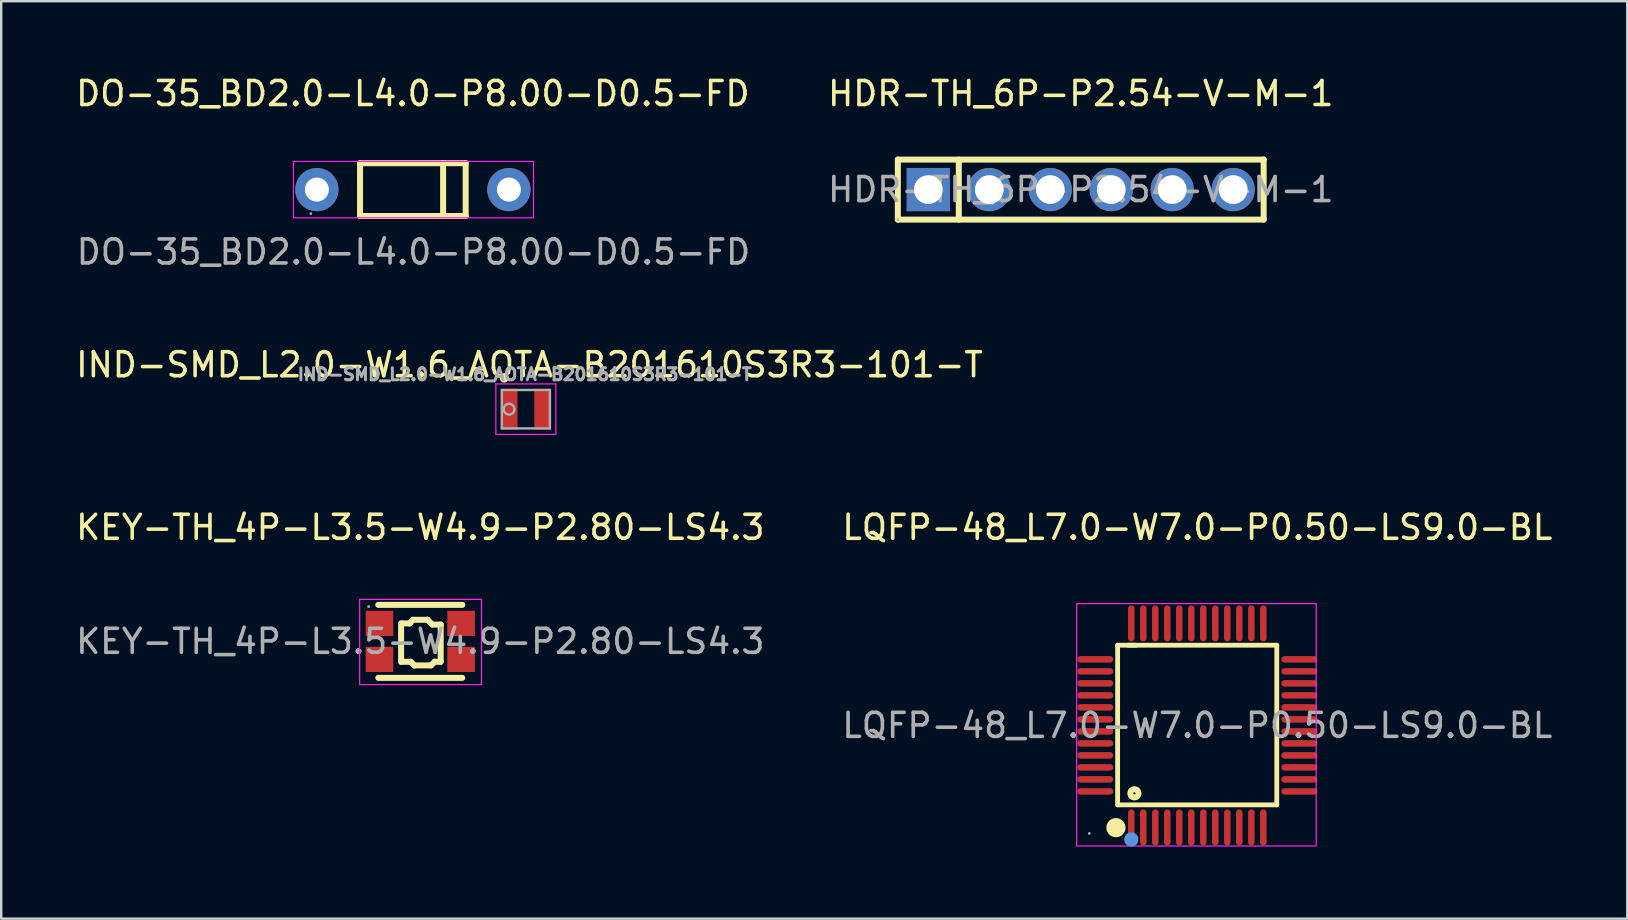
<source format=kicad_pcb>
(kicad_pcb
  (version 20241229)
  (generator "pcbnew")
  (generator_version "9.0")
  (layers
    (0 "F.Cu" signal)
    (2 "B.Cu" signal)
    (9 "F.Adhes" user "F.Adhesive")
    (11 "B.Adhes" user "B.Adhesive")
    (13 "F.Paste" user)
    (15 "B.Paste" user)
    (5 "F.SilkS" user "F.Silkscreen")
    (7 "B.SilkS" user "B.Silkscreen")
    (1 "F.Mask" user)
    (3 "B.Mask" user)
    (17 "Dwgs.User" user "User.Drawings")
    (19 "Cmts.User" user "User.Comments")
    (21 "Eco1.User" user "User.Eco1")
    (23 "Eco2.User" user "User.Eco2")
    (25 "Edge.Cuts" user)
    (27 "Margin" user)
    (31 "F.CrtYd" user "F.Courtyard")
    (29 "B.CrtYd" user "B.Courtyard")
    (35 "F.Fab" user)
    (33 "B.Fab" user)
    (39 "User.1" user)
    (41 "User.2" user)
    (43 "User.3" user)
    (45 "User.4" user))
  (footprint "HDR-TH_6P-P2.54-V-M-1"
    (layer "F.Cu")
    (at 41.971 4.848)
    (property "Reference" "HDR-TH_6P-P2.54-V-M-1" (at 0 -4 0) (layer "F.SilkS") (effects (font (size 1 1) (thickness 0.15))))
    (attr through_hole)
    (fp_line (start -7.62 -1.25) (end -7.62 1.25) (stroke (width 0.25) (type solid)) (layer "F.SilkS"))
    (fp_line (start -7.62 1.25) (end 7.62 1.25) (stroke (width 0.25) (type solid)) (layer "F.SilkS"))
    (fp_line (start -5.08 -1.25) (end -5.08 1.25) (stroke (width 0.25) (type solid)) (layer "F.SilkS"))
    (fp_line (start 7.62 -1.25) (end -7.62 -1.25) (stroke (width 0.25) (type solid)) (layer "F.SilkS"))
    (fp_line (start 7.62 -1.25) (end 7.62 1.25) (stroke (width 0.25) (type solid)) (layer "F.SilkS"))
    (fp_circle (center -7.62 1.25) (end -7.59 1.25) (stroke (width 0.06) (type solid)) (fill no) (layer "F.Fab"))
    (fp_text user "${REFERENCE}" (at 0 0 0) (layer "F.Fab") (effects (font (size 1 1) (thickness 0.15))))
    (pad "1" thru_hole rect (at -6.35 0) (size 1.8 1.8) (drill 1.2) (layers "*.Cu" "*.Mask"))
    (pad "2" thru_hole circle (at -3.81 0) (size 1.8 1.8) (drill 1.2) (layers "*.Cu" "*.Mask"))
    (pad "3" thru_hole circle (at -1.27 0) (size 1.8 1.8) (drill 1.2) (layers "*.Cu" "*.Mask"))
    (pad "4" thru_hole circle (at 1.27 0) (size 1.8 1.8) (drill 1.2) (layers "*.Cu" "*.Mask"))
    (pad "5" thru_hole circle (at 3.81 0) (size 1.8 1.8) (drill 1.2) (layers "*.Cu" "*.Mask"))
    (pad "6" thru_hole circle (at 6.35 0) (size 1.8 1.8) (drill 1.2) (layers "*.Cu" "*.Mask")))
  (footprint "KEY-TH_4P-L3.5-W4.9-P2.80-LS4.3"
    (layer "F.Cu")
    (at 14.458 23.668)
    (property "Reference" "KEY-TH_4P-L3.5-W4.9-P2.80-LS4.3" (at 0 -4.75 0) (layer "F.SilkS") (effects (font (size 1 1) (thickness 0.15))))
    (attr through_hole)
    (fp_line (start -1.75 -1.52) (end 1.75 -1.52) (stroke (width 0.25) (type solid)) (layer "F.SilkS"))
    (fp_line (start -0.8 0.85) (end -0.8 -0.75) (stroke (width 0.25) (type solid)) (layer "F.SilkS"))
    (fp_line (start -0.75 -0.75) (end -0.45 -0.75) (stroke (width 0.25) (type solid)) (layer "F.SilkS"))
    (fp_line (start -0.45 -0.75) (end -0.45 -0.75) (stroke (width 0.25) (type solid)) (layer "F.SilkS"))
    (fp_line (start -0.45 -0.75) (end -0.3 -0.9) (stroke (width 0.25) (type solid)) (layer "F.SilkS"))
    (fp_line (start -0.4 0.85) (end -0.8 0.85) (stroke (width 0.25) (type solid)) (layer "F.SilkS"))
    (fp_line (start -0.3 -0.9) (end 0.3 -0.9) (stroke (width 0.25) (type solid)) (layer "F.SilkS"))
    (fp_line (start -0.25 1) (end -0.4 0.85) (stroke (width 0.25) (type solid)) (layer "F.SilkS"))
    (fp_line (start -0.25 1) (end -0.25 1) (stroke (width 0.25) (type solid)) (layer "F.SilkS"))
    (fp_line (start 0.3 -0.9) (end 0.3 -0.9) (stroke (width 0.25) (type solid)) (layer "F.SilkS"))
    (fp_line (start 0.3 -0.9) (end 0.5 -0.7) (stroke (width 0.25) (type solid)) (layer "F.SilkS"))
    (fp_line (start 0.45 1) (end -0.25 1) (stroke (width 0.25) (type solid)) (layer "F.SilkS"))
    (fp_line (start 0.5 -0.7) (end 0.85 -0.7) (stroke (width 0.25) (type solid)) (layer "F.SilkS"))
    (fp_line (start 0.6 0.85) (end 0.45 1) (stroke (width 0.25) (type solid)) (layer "F.SilkS"))
    (fp_line (start 0.6 0.85) (end 0.6 0.85) (stroke (width 0.25) (type solid)) (layer "F.SilkS"))
    (fp_line (start 0.85 -0.7) (end 0.85 0.85) (stroke (width 0.25) (type solid)) (layer "F.SilkS"))
    (fp_line (start 0.85 0.85) (end 0.6 0.85) (stroke (width 0.25) (type solid)) (layer "F.SilkS"))
    (fp_line (start 1.75 1.52) (end -1.75 1.52) (stroke (width 0.25) (type solid)) (layer "F.SilkS"))
    (fp_rect (start -2.525 -1.75) (end 2.55 1.8) (stroke (width 0.05) (type default)) (fill no) (layer "F.CrtYd"))
    (fp_circle (center -2.15 -1.45) (end -2.12 -1.45) (stroke (width 0.06) (type solid)) (fill no) (layer "F.Fab"))
    (fp_text user "${REFERENCE}" (at 0 0 0) (layer "F.Fab") (effects (font (size 1 1) (thickness 0.15))))
    (pad "1" smd rect (at -1.7 -0.75 90) (size 1.05 1.15) (layers "F.Cu" "F.Mask" "F.Paste"))
    (pad "1'" smd rect (at 1.7 -0.75 90) (size 1.05 1.15) (layers "F.Cu" "F.Mask" "F.Paste"))
    (pad "2" smd rect (at -1.7 0.75 90) (size 1.05 1.15) (layers "F.Cu" "F.Mask" "F.Paste"))
    (pad "2'" smd rect (at 1.7 0.75 90) (size 1.05 1.15) (layers "F.Cu" "F.Mask" "F.Paste")))
  (footprint "LQFP-48_L7.0-W7.0-P0.50-LS9.0-BL"
    (layer "F.Cu")
    (at 46.827 27.168)
    (property "Reference" "LQFP-48_L7.0-W7.0-P0.50-LS9.0-BL" (at 0 -8.25 0) (layer "F.SilkS") (effects (font (size 1 1) (thickness 0.15))))
    (attr smd)
    (fp_line (start -3.32 -3.34) (end -2.56 -3.34) (stroke (width 0.2) (type solid)) (layer "F.SilkS"))
    (fp_line (start -3.32 3.31) (end -3.32 -3.34) (stroke (width 0.2) (type solid)) (layer "F.SilkS"))
    (fp_line (start -2.89 -3.34) (end 3.31 -3.34) (stroke (width 0.2) (type solid)) (layer "F.SilkS"))
    (fp_line (start 3.31 -3.34) (end 3.31 3.31) (stroke (width 0.2) (type solid)) (layer "F.SilkS"))
    (fp_line (start 3.31 3.31) (end -3.32 3.31) (stroke (width 0.2) (type solid)) (layer "F.SilkS"))
    (fp_arc (start -3.38 4.06) (mid -3.394988 4.460188) (end -3.390027 4.05975) (stroke (width 0.4) (type solid)) (layer "F.SilkS"))
    (fp_circle (center -2.62 2.83) (end -2.45 2.83) (stroke (width 0.25) (type solid)) (fill no) (layer "F.SilkS"))
    (fp_circle (center -2.75 4.75) (end -2.6 4.75) (stroke (width 0.3) (type solid)) (fill no) (layer "Cmts.User"))
    (fp_rect (start -5.025 -5.075) (end 4.95 5.025) (stroke (width 0.05) (type default)) (fill no) (layer "F.CrtYd"))
    (fp_circle (center -4.5 4.5) (end -4.47 4.5) (stroke (width 0.06) (type solid)) (fill no) (layer "F.Fab"))
    (fp_text user "${REFERENCE}" (at 0 0 0) (layer "F.Fab") (effects (font (size 1 1) (thickness 0.15))))
    (pad "1" smd oval (at -2.75 4.25) (size 0.27 1.5) (layers "F.Cu" "F.Mask" "F.Paste"))
    (pad "2" smd oval (at -2.25 4.25) (size 0.27 1.5) (layers "F.Cu" "F.Mask" "F.Paste"))
    (pad "3" smd oval (at -1.75 4.25) (size 0.27 1.5) (layers "F.Cu" "F.Mask" "F.Paste"))
    (pad "4" smd oval (at -1.25 4.25) (size 0.27 1.5) (layers "F.Cu" "F.Mask" "F.Paste"))
    (pad "5" smd oval (at -0.75 4.25) (size 0.27 1.5) (layers "F.Cu" "F.Mask" "F.Paste"))
    (pad "6" smd oval (at -0.25 4.25) (size 0.27 1.5) (layers "F.Cu" "F.Mask" "F.Paste"))
    (pad "7" smd oval (at 0.25 4.25) (size 0.27 1.5) (layers "F.Cu" "F.Mask" "F.Paste"))
    (pad "8" smd oval (at 0.75 4.25) (size 0.27 1.5) (layers "F.Cu" "F.Mask" "F.Paste"))
    (pad "9" smd oval (at 1.25 4.25) (size 0.27 1.5) (layers "F.Cu" "F.Mask" "F.Paste"))
    (pad "10" smd oval (at 1.75 4.25) (size 0.27 1.5) (layers "F.Cu" "F.Mask" "F.Paste"))
    (pad "11" smd oval (at 2.25 4.25) (size 0.27 1.5) (layers "F.Cu" "F.Mask" "F.Paste"))
    (pad "12" smd oval (at 2.75 4.25) (size 0.27 1.5) (layers "F.Cu" "F.Mask" "F.Paste"))
    (pad "13" smd oval (at 4.25 2.75) (size 1.5 0.27) (layers "F.Cu" "F.Mask" "F.Paste"))
    (pad "14" smd oval (at 4.25 2.25) (size 1.5 0.27) (layers "F.Cu" "F.Mask" "F.Paste"))
    (pad "15" smd oval (at 4.25 1.75) (size 1.5 0.27) (layers "F.Cu" "F.Mask" "F.Paste"))
    (pad "16" smd oval (at 4.25 1.25) (size 1.5 0.27) (layers "F.Cu" "F.Mask" "F.Paste"))
    (pad "17" smd oval (at 4.25 0.75) (size 1.5 0.27) (layers "F.Cu" "F.Mask" "F.Paste"))
    (pad "18" smd oval (at 4.25 0.25) (size 1.5 0.27) (layers "F.Cu" "F.Mask" "F.Paste"))
    (pad "19" smd oval (at 4.25 -0.25) (size 1.5 0.27) (layers "F.Cu" "F.Mask" "F.Paste"))
    (pad "20" smd oval (at 4.25 -0.75) (size 1.5 0.27) (layers "F.Cu" "F.Mask" "F.Paste"))
    (pad "21" smd oval (at 4.25 -1.25) (size 1.5 0.27) (layers "F.Cu" "F.Mask" "F.Paste"))
    (pad "22" smd oval (at 4.25 -1.75) (size 1.5 0.27) (layers "F.Cu" "F.Mask" "F.Paste"))
    (pad "23" smd oval (at 4.25 -2.25) (size 1.5 0.27) (layers "F.Cu" "F.Mask" "F.Paste"))
    (pad "24" smd oval (at 4.25 -2.75) (size 1.5 0.27) (layers "F.Cu" "F.Mask" "F.Paste"))
    (pad "25" smd oval (at 2.75 -4.25) (size 0.27 1.5) (layers "F.Cu" "F.Mask" "F.Paste"))
    (pad "26" smd oval (at 2.25 -4.25) (size 0.27 1.5) (layers "F.Cu" "F.Mask" "F.Paste"))
    (pad "27" smd oval (at 1.75 -4.25) (size 0.27 1.5) (layers "F.Cu" "F.Mask" "F.Paste"))
    (pad "28" smd oval (at 1.25 -4.25) (size 0.27 1.5) (layers "F.Cu" "F.Mask" "F.Paste"))
    (pad "29" smd oval (at 0.75 -4.25) (size 0.27 1.5) (layers "F.Cu" "F.Mask" "F.Paste"))
    (pad "30" smd oval (at 0.25 -4.25) (size 0.27 1.5) (layers "F.Cu" "F.Mask" "F.Paste"))
    (pad "31" smd oval (at -0.25 -4.25) (size 0.27 1.5) (layers "F.Cu" "F.Mask" "F.Paste"))
    (pad "32" smd oval (at -0.75 -4.25) (size 0.27 1.5) (layers "F.Cu" "F.Mask" "F.Paste"))
    (pad "33" smd oval (at -1.25 -4.25) (size 0.27 1.5) (layers "F.Cu" "F.Mask" "F.Paste"))
    (pad "34" smd oval (at -1.75 -4.25) (size 0.27 1.5) (layers "F.Cu" "F.Mask" "F.Paste"))
    (pad "35" smd oval (at -2.25 -4.25) (size 0.27 1.5) (layers "F.Cu" "F.Mask" "F.Paste"))
    (pad "36" smd oval (at -2.75 -4.25) (size 0.27 1.5) (layers "F.Cu" "F.Mask" "F.Paste"))
    (pad "37" smd oval (at -4.25 -2.75) (size 1.5 0.27) (layers "F.Cu" "F.Mask" "F.Paste"))
    (pad "38" smd oval (at -4.25 -2.25) (size 1.5 0.27) (layers "F.Cu" "F.Mask" "F.Paste"))
    (pad "39" smd oval (at -4.25 -1.75) (size 1.5 0.27) (layers "F.Cu" "F.Mask" "F.Paste"))
    (pad "40" smd oval (at -4.25 -1.25) (size 1.5 0.27) (layers "F.Cu" "F.Mask" "F.Paste"))
    (pad "41" smd oval (at -4.25 -0.75) (size 1.5 0.27) (layers "F.Cu" "F.Mask" "F.Paste"))
    (pad "42" smd oval (at -4.25 -0.25) (size 1.5 0.27) (layers "F.Cu" "F.Mask" "F.Paste"))
    (pad "43" smd oval (at -4.25 0.25) (size 1.5 0.27) (layers "F.Cu" "F.Mask" "F.Paste"))
    (pad "44" smd oval (at -4.25 0.75) (size 1.5 0.27) (layers "F.Cu" "F.Mask" "F.Paste"))
    (pad "45" smd oval (at -4.25 1.25) (size 1.5 0.27) (layers "F.Cu" "F.Mask" "F.Paste"))
    (pad "46" smd oval (at -4.25 1.75) (size 1.5 0.27) (layers "F.Cu" "F.Mask" "F.Paste"))
    (pad "47" smd oval (at -4.25 2.25) (size 1.5 0.27) (layers "F.Cu" "F.Mask" "F.Paste"))
    (pad "48" smd oval (at -4.25 2.75) (size 1.5 0.27) (layers "F.Cu" "F.Mask" "F.Paste")))
  (footprint "IND-SMD_L2.0-W1.6_AOTA-B201610S3R3-101-T"
    (layer "F.Cu")
    (at 18.806 13.945)
    (property "Reference" "IND-SMD_L2.0-W1.6_AOTA-B201610S3R3-101-T" (at 0.2 -1.8 0) (layer "F.SilkS") (effects (font (size 1 1) (thickness 0.15))))
    (attr smd)
    (fp_circle (center -0.85 -1.25) (end -0.709 -1.25) (stroke (width 0.1) (type solid)) (fill yes) (layer "F.SilkS"))
    (fp_line (start -1.2 -1) (end -1.2 1.1) (stroke (width 0.05) (type solid)) (layer "F.CrtYd"))
    (fp_line (start -1.2 1.1) (end 1.3 1.1) (stroke (width 0.05) (type solid)) (layer "F.CrtYd"))
    (fp_line (start 1.3 -1) (end -1.2 -1) (stroke (width 0.05) (type solid)) (layer "F.CrtYd"))
    (fp_line (start 1.3 1.1) (end 1.3 -1) (stroke (width 0.05) (type solid)) (layer "F.CrtYd"))
    (fp_line (start -0.95 -0.75) (end -0.95 0.85) (stroke (width 0.1) (type solid)) (layer "F.Fab"))
    (fp_line (start -0.95 0.85) (end 1.05 0.85) (stroke (width 0.1) (type solid)) (layer "F.Fab"))
    (fp_line (start 1.05 -0.75) (end -0.95 -0.75) (stroke (width 0.1) (type solid)) (layer "F.Fab"))
    (fp_line (start 1.05 0.85) (end 1.05 -0.75) (stroke (width 0.1) (type solid)) (layer "F.Fab"))
    (fp_circle (center -0.65 0.05) (end -0.426 0.05) (stroke (width 0.1) (type solid)) (fill no) (layer "F.Fab"))
    (fp_text user "${REFERENCE}" (at 0 -1.4 0) (layer "F.Fab") (effects (font (size 0.5 0.5) (thickness 0.15))))
    (pad "1" smd rect (at -0.65 0.05) (size 0.7 1.7) (layers "F.Cu" "F.Mask" "F.Paste"))
    (pad "2" smd rect (at 0.75 0.05) (size 0.7 1.7) (layers "F.Cu" "F.Mask" "F.Paste")))
  (footprint "DO-35_BD2.0-L4.0-P8.00-D0.5-FD"
    (layer "F.Cu")
    (at 14.149 4.848)
    (property "Reference" "DO-35_BD2.0-L4.0-P8.00-D0.5-FD" (at 0 -4 0) (layer "F.SilkS") (effects (font (size 1 1) (thickness 0.15))))
    (attr smd)
    (fp_line (start -2.2 1.1) (end -2.2 -1.1) (stroke (width 0.25) (type solid)) (layer "F.SilkS"))
    (fp_line (start 1.26 1.1) (end 1.26 -1.1) (stroke (width 0.25) (type solid)) (layer "F.SilkS"))
    (fp_line (start 2.2 -1.1) (end -2.2 -1.1) (stroke (width 0.25) (type solid)) (layer "F.SilkS"))
    (fp_line (start 2.2 1.1) (end -2.2 1.1) (stroke (width 0.25) (type solid)) (layer "F.SilkS"))
    (fp_line (start 2.2 1.1) (end 2.2 -1.1) (stroke (width 0.25) (type solid)) (layer "F.SilkS"))
    (fp_rect (start -4.975 -1.175) (end 5.025 1.175) (stroke (width 0.05) (type default)) (fill no) (layer "F.CrtYd"))
    (fp_circle (center -4.25 1) (end -4.22 1) (stroke (width 0.06) (type solid)) (fill no) (layer "F.Fab"))
    (fp_circle (center -4 0) (end -3.88 0) (stroke (width 0.25) (type solid)) (fill no) (layer "F.Fab"))
    (fp_circle (center 4 0) (end 4.12 0) (stroke (width 0.25) (type solid)) (fill no) (layer "F.Fab"))
    (fp_text user "${REFERENCE}" (at 0.025 2.6 0) (layer "F.Fab") (effects (font (size 1 1) (thickness 0.15))))
    (pad "1" thru_hole circle (at -4 0) (size 1.8 1.8) (drill 1) (layers "*.Cu" "*.Mask"))
    (pad "2" thru_hole circle (at 4 0) (size 1.8 1.8) (drill 1) (layers "*.Cu" "*.Mask")))
  (gr_rect
    (start -3 -3)
    (end 64.738 35.218)
    (stroke (width 0.1) (type default))
    (fill no)
    (layer "Edge.Cuts")))
</source>
